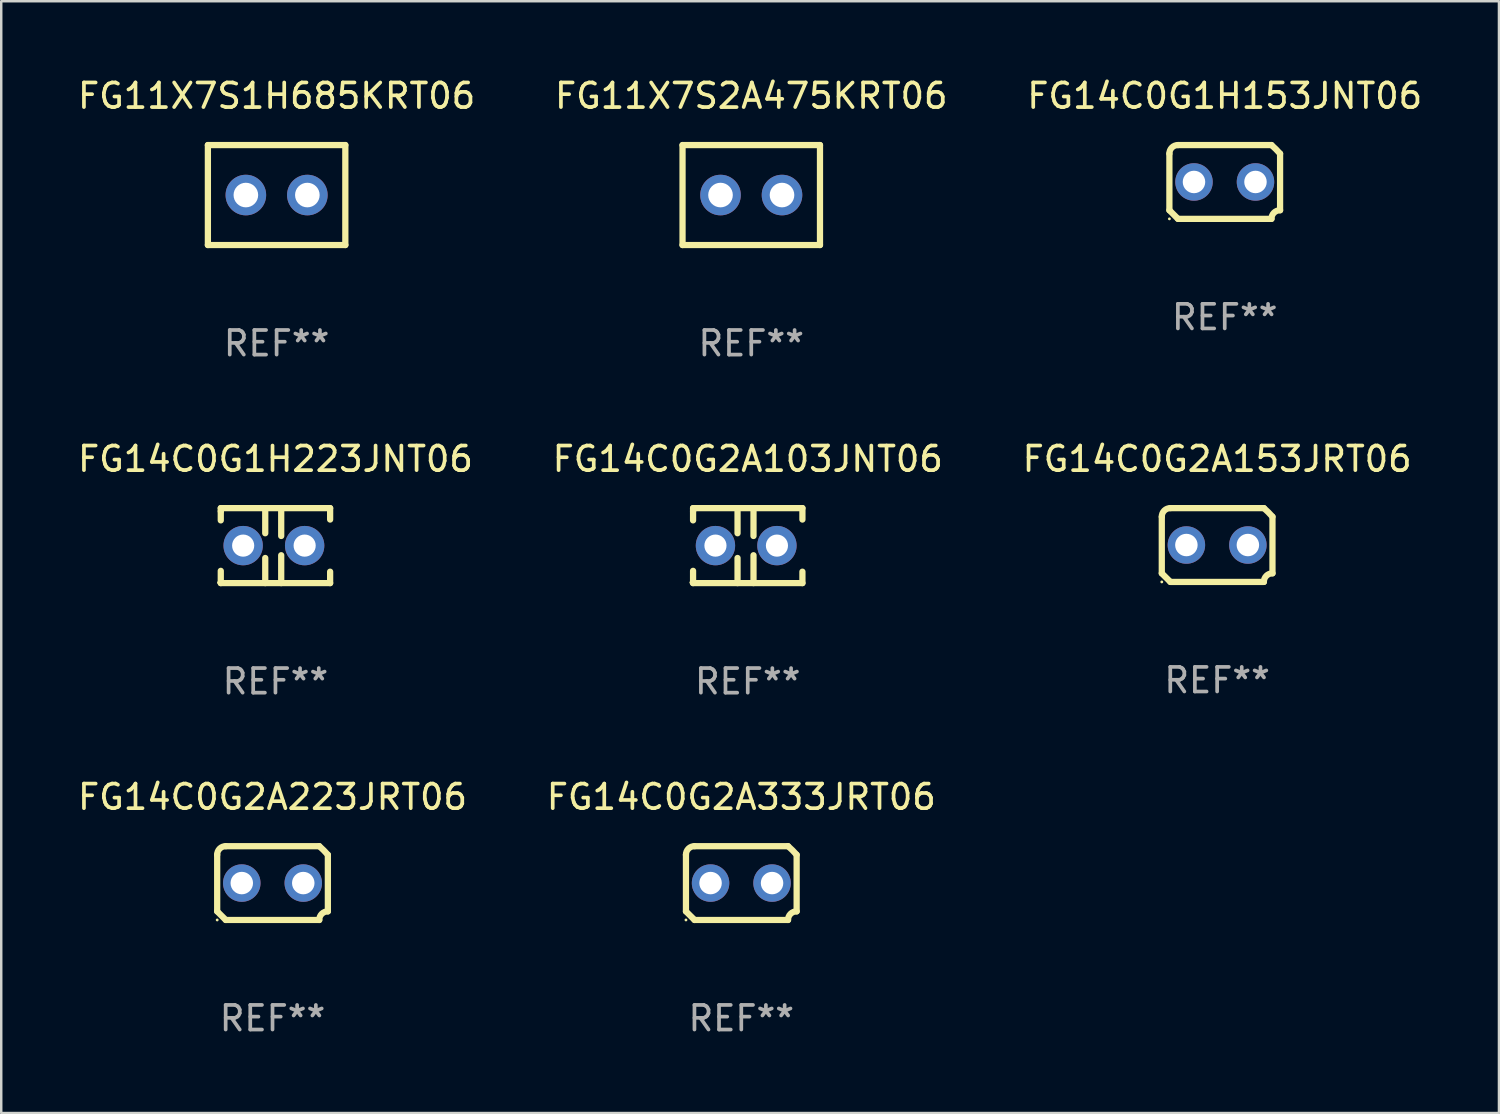
<source format=kicad_pcb>
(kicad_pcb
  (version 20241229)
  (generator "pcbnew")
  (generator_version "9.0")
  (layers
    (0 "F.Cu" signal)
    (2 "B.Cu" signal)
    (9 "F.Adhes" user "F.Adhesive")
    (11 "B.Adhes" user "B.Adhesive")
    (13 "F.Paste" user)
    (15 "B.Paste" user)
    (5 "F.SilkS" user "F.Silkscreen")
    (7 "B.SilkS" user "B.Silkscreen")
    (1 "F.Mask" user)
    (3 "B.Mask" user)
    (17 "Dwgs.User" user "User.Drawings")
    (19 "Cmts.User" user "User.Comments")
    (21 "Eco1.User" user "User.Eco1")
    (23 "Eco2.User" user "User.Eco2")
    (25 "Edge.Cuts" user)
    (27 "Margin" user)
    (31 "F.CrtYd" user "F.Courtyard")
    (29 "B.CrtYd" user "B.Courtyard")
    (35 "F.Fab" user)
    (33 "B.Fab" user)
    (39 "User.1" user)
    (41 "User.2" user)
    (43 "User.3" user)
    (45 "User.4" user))
  (footprint "FG14C0G1H223JNT06"
    (layer "F.Cu")
    (at 8.149 19.133)
    (property "Reference" "FG14C0G1H223JNT06" (at 0 -3.524 0) (layer "F.SilkS") (effects (font (size 1 1) (thickness 0.15))))
    (attr through_hole)
    (fp_line (start -2.223 -1.524) (end 2.223 -1.524) (stroke (width 0.254) (type solid)) (layer "F.SilkS"))
    (fp_line (start -2.223 -1.397) (end -2.223 -1.524) (stroke (width 0.254) (type solid)) (layer "F.SilkS"))
    (fp_line (start -2.223 -1.026) (end -2.223 -1.397) (stroke (width 0.254) (type solid)) (layer "F.SilkS"))
    (fp_line (start -2.223 1.524) (end -2.223 1.026) (stroke (width 0.254) (type solid)) (layer "F.SilkS"))
    (fp_line (start -0.415 -1.524) (end -0.415 -0.503) (stroke (width 0.254) (type solid)) (layer "F.SilkS"))
    (fp_line (start -0.415 0.503) (end -0.415 1.524) (stroke (width 0.254) (type solid)) (layer "F.SilkS"))
    (fp_line (start 0.234 -1.524) (end 0.234 -0.391) (stroke (width 0.254) (type solid)) (layer "F.SilkS"))
    (fp_line (start 0.234 0.391) (end 0.234 1.524) (stroke (width 0.254) (type solid)) (layer "F.SilkS"))
    (fp_line (start 2.223 -1.524) (end 2.223 -1.06) (stroke (width 0.254) (type solid)) (layer "F.SilkS"))
    (fp_line (start 2.223 1.06) (end 2.223 1.524) (stroke (width 0.254) (type solid)) (layer "F.SilkS"))
    (fp_line (start 2.223 1.524) (end -2.223 1.524) (stroke (width 0.254) (type solid)) (layer "F.SilkS"))
    (fp_circle (center -2.314 1.5) (end -2.284 1.5) (stroke (width 0.06) (type solid)) (fill no) (layer "F.SilkS"))
    (fp_text user "REF**" (at 0 5.524 0) (layer "F.Fab") (effects (font (size 1 1) (thickness 0.15))))
    (pad "1" thru_hole circle (at -1.313 0) (size 1.6 1.6) (drill 0.9) (layers "*.Cu" "*.Mask"))
    (pad "2" thru_hole circle (at 1.187 0) (size 1.6 1.6) (drill 0.9) (layers "*.Cu" "*.Mask")))
  (footprint "FG14C0G2A153JRT06"
    (layer "F.Cu")
    (at 46.435 19.109)
    (property "Reference" "FG14C0G2A153JRT06" (at 0 -3.5 0) (layer "F.SilkS") (effects (font (size 1 1) (thickness 0.15))))
    (attr through_hole)
    (fp_line (start -2.25 -1.15) (end -2.25 1.15) (stroke (width 0.254) (type solid)) (layer "F.SilkS"))
    (fp_line (start -1.9 -1.5) (end 1.9 -1.5) (stroke (width 0.254) (type solid)) (layer "F.SilkS"))
    (fp_line (start 1.9 1.5) (end -1.9 1.5) (stroke (width 0.254) (type solid)) (layer "F.SilkS"))
    (fp_line (start 2.25 1.15) (end 2.25 -1.15) (stroke (width 0.254) (type solid)) (layer "F.SilkS"))
    (fp_arc (start -2.250444 -1.150623) (mid -2.148751 -1.399065) (end -1.9 -1.5) (stroke (width 0.254001) (type solid)) (layer "F.SilkS"))
    (fp_arc (start -1.90061 1.500431) (mid -2.075366 1.325276) (end -2.249987 1.149987) (stroke (width 0.254001) (type solid)) (layer "F.SilkS"))
    (fp_arc (start 1.9 1.5) (mid 2.001853 1.251718) (end 2.250445 1.150622) (stroke (width 0.254001) (type solid)) (layer "F.SilkS"))
    (fp_arc (start 1.90066 -1.500432) (mid 2.081685 -1.331526) (end 2.250038 -1.149987) (stroke (width 0.254001) (type solid)) (layer "F.SilkS"))
    (fp_circle (center -2.25 1.5) (end -2.22 1.5) (stroke (width 0.06) (type solid)) (fill no) (layer "F.SilkS"))
    (fp_text user "REF**" (at 0 5.5 0) (layer "F.Fab") (effects (font (size 1 1) (thickness 0.15))))
    (pad "1" thru_hole circle (at -1.25 0) (size 1.524 1.524) (drill 0.914) (layers "*.Cu" "*.Mask"))
    (pad "2" thru_hole circle (at 1.25 0) (size 1.524 1.524) (drill 0.914) (layers "*.Cu" "*.Mask")))
  (footprint "FG14C0G2A333JRT06"
    (layer "F.Cu")
    (at 27.089 32.853)
    (property "Reference" "FG14C0G2A333JRT06" (at 0 -3.5 0) (layer "F.SilkS") (effects (font (size 1 1) (thickness 0.15))))
    (attr through_hole)
    (fp_line (start -2.25 -1.15) (end -2.25 1.15) (stroke (width 0.254) (type solid)) (layer "F.SilkS"))
    (fp_line (start -1.9 -1.5) (end 1.9 -1.5) (stroke (width 0.254) (type solid)) (layer "F.SilkS"))
    (fp_line (start 1.9 1.5) (end -1.9 1.5) (stroke (width 0.254) (type solid)) (layer "F.SilkS"))
    (fp_line (start 2.25 1.15) (end 2.25 -1.15) (stroke (width 0.254) (type solid)) (layer "F.SilkS"))
    (fp_arc (start -2.250444 -1.150623) (mid -2.148751 -1.399065) (end -1.9 -1.5) (stroke (width 0.254001) (type solid)) (layer "F.SilkS"))
    (fp_arc (start -1.90061 1.500431) (mid -2.075366 1.325276) (end -2.249987 1.149987) (stroke (width 0.254001) (type solid)) (layer "F.SilkS"))
    (fp_arc (start 1.9 1.5) (mid 2.001853 1.251718) (end 2.250445 1.150622) (stroke (width 0.254001) (type solid)) (layer "F.SilkS"))
    (fp_arc (start 1.90066 -1.500432) (mid 2.081685 -1.331526) (end 2.250038 -1.149987) (stroke (width 0.254001) (type solid)) (layer "F.SilkS"))
    (fp_circle (center -2.25 1.5) (end -2.22 1.5) (stroke (width 0.06) (type solid)) (fill no) (layer "F.SilkS"))
    (fp_text user "REF**" (at 0 5.5 0) (layer "F.Fab") (effects (font (size 1 1) (thickness 0.15))))
    (pad "1" thru_hole circle (at -1.25 0) (size 1.524 1.524) (drill 0.914) (layers "*.Cu" "*.Mask"))
    (pad "2" thru_hole circle (at 1.25 0) (size 1.524 1.524) (drill 0.914) (layers "*.Cu" "*.Mask")))
  (footprint "FG14C0G2A103JNT06"
    (layer "F.Cu")
    (at 27.351 19.133)
    (property "Reference" "FG14C0G2A103JNT06" (at 0 -3.524 0) (layer "F.SilkS") (effects (font (size 1 1) (thickness 0.15))))
    (attr through_hole)
    (fp_line (start -2.223 -1.524) (end 2.223 -1.524) (stroke (width 0.254) (type solid)) (layer "F.SilkS"))
    (fp_line (start -2.223 -1.397) (end -2.223 -1.524) (stroke (width 0.254) (type solid)) (layer "F.SilkS"))
    (fp_line (start -2.223 -1.026) (end -2.223 -1.397) (stroke (width 0.254) (type solid)) (layer "F.SilkS"))
    (fp_line (start -2.223 1.524) (end -2.223 1.026) (stroke (width 0.254) (type solid)) (layer "F.SilkS"))
    (fp_line (start -0.415 -1.524) (end -0.415 -0.503) (stroke (width 0.254) (type solid)) (layer "F.SilkS"))
    (fp_line (start -0.415 0.503) (end -0.415 1.524) (stroke (width 0.254) (type solid)) (layer "F.SilkS"))
    (fp_line (start 0.234 -1.524) (end 0.234 -0.391) (stroke (width 0.254) (type solid)) (layer "F.SilkS"))
    (fp_line (start 0.234 0.391) (end 0.234 1.524) (stroke (width 0.254) (type solid)) (layer "F.SilkS"))
    (fp_line (start 2.223 -1.524) (end 2.223 -1.06) (stroke (width 0.254) (type solid)) (layer "F.SilkS"))
    (fp_line (start 2.223 1.06) (end 2.223 1.524) (stroke (width 0.254) (type solid)) (layer "F.SilkS"))
    (fp_line (start 2.223 1.524) (end -2.223 1.524) (stroke (width 0.254) (type solid)) (layer "F.SilkS"))
    (fp_circle (center -2.314 1.5) (end -2.284 1.5) (stroke (width 0.06) (type solid)) (fill no) (layer "F.SilkS"))
    (fp_text user "REF**" (at 0 5.524 0) (layer "F.Fab") (effects (font (size 1 1) (thickness 0.15))))
    (pad "1" thru_hole circle (at -1.313 0) (size 1.6 1.6) (drill 0.9) (layers "*.Cu" "*.Mask"))
    (pad "2" thru_hole circle (at 1.187 0) (size 1.6 1.6) (drill 0.9) (layers "*.Cu" "*.Mask")))
  (footprint "FG11X7S1H685KRT06"
    (layer "F.Cu")
    (at 8.196 4.88)
    (property "Reference" "FG11X7S1H685KRT06" (at 0 -4.032 0) (layer "F.SilkS") (effects (font (size 1 1) (thickness 0.15))))
    (attr through_hole)
    (fp_line (start -2.794 -2.032) (end -2.794 2.032) (stroke (width 0.254) (type solid)) (layer "F.SilkS"))
    (fp_line (start -2.794 2.032) (end 2.794 2.032) (stroke (width 0.254) (type solid)) (layer "F.SilkS"))
    (fp_line (start 2.794 -2.032) (end -2.794 -2.032) (stroke (width 0.254) (type solid)) (layer "F.SilkS"))
    (fp_line (start 2.794 2.032) (end 2.794 -2.032) (stroke (width 0.254) (type solid)) (layer "F.SilkS"))
    (fp_circle (center -2.75 2) (end -2.72 2) (stroke (width 0.06) (type solid)) (fill no) (layer "F.SilkS"))
    (fp_text user "REF**" (at 0 6.032 0) (layer "F.Fab") (effects (font (size 1 1) (thickness 0.15))))
    (pad "1" thru_hole circle (at -1.25 0) (size 1.65 1.65) (drill 1) (layers "*.Cu" "*.Mask"))
    (pad "2" thru_hole circle (at 1.25 0) (size 1.65 1.65) (drill 1) (layers "*.Cu" "*.Mask")))
  (footprint "FG14C0G2A223JRT06"
    (layer "F.Cu")
    (at 8.03 32.853)
    (property "Reference" "FG14C0G2A223JRT06" (at 0 -3.5 0) (layer "F.SilkS") (effects (font (size 1 1) (thickness 0.15))))
    (attr through_hole)
    (fp_line (start -2.25 -1.15) (end -2.25 1.15) (stroke (width 0.254) (type solid)) (layer "F.SilkS"))
    (fp_line (start -1.9 -1.5) (end 1.9 -1.5) (stroke (width 0.254) (type solid)) (layer "F.SilkS"))
    (fp_line (start 1.9 1.5) (end -1.9 1.5) (stroke (width 0.254) (type solid)) (layer "F.SilkS"))
    (fp_line (start 2.25 1.15) (end 2.25 -1.15) (stroke (width 0.254) (type solid)) (layer "F.SilkS"))
    (fp_arc (start -2.250444 -1.150623) (mid -2.148751 -1.399065) (end -1.9 -1.5) (stroke (width 0.254001) (type solid)) (layer "F.SilkS"))
    (fp_arc (start -1.90061 1.500431) (mid -2.075366 1.325276) (end -2.249987 1.149987) (stroke (width 0.254001) (type solid)) (layer "F.SilkS"))
    (fp_arc (start 1.9 1.5) (mid 2.001853 1.251718) (end 2.250445 1.150622) (stroke (width 0.254001) (type solid)) (layer "F.SilkS"))
    (fp_arc (start 1.90066 -1.500432) (mid 2.081685 -1.331526) (end 2.250038 -1.149987) (stroke (width 0.254001) (type solid)) (layer "F.SilkS"))
    (fp_circle (center -2.25 1.5) (end -2.22 1.5) (stroke (width 0.06) (type solid)) (fill no) (layer "F.SilkS"))
    (fp_text user "REF**" (at 0 5.5 0) (layer "F.Fab") (effects (font (size 1 1) (thickness 0.15))))
    (pad "1" thru_hole circle (at -1.25 0) (size 1.524 1.524) (drill 0.914) (layers "*.Cu" "*.Mask"))
    (pad "2" thru_hole circle (at 1.25 0) (size 1.524 1.524) (drill 0.914) (layers "*.Cu" "*.Mask")))
  (footprint "FG14C0G1H153JNT06"
    (layer "F.Cu")
    (at 46.744 4.348)
    (property "Reference" "FG14C0G1H153JNT06" (at 0 -3.5 0) (layer "F.SilkS") (effects (font (size 1 1) (thickness 0.15))))
    (attr through_hole)
    (fp_line (start -2.25 -1.15) (end -2.25 1.15) (stroke (width 0.254) (type solid)) (layer "F.SilkS"))
    (fp_line (start -1.9 -1.5) (end 1.9 -1.5) (stroke (width 0.254) (type solid)) (layer "F.SilkS"))
    (fp_line (start 1.9 1.5) (end -1.9 1.5) (stroke (width 0.254) (type solid)) (layer "F.SilkS"))
    (fp_line (start 2.25 1.15) (end 2.25 -1.15) (stroke (width 0.254) (type solid)) (layer "F.SilkS"))
    (fp_arc (start -2.250444 -1.150623) (mid -2.148751 -1.399065) (end -1.9 -1.5) (stroke (width 0.254001) (type solid)) (layer "F.SilkS"))
    (fp_arc (start -1.90061 1.500431) (mid -2.075366 1.325276) (end -2.249987 1.149987) (stroke (width 0.254001) (type solid)) (layer "F.SilkS"))
    (fp_arc (start 1.9 1.5) (mid 2.001853 1.251718) (end 2.250445 1.150622) (stroke (width 0.254001) (type solid)) (layer "F.SilkS"))
    (fp_arc (start 1.90066 -1.500432) (mid 2.081685 -1.331526) (end 2.250038 -1.149987) (stroke (width 0.254001) (type solid)) (layer "F.SilkS"))
    (fp_circle (center -2.25 1.5) (end -2.22 1.5) (stroke (width 0.06) (type solid)) (fill no) (layer "F.SilkS"))
    (fp_text user "REF**" (at 0 5.5 0) (layer "F.Fab") (effects (font (size 1 1) (thickness 0.15))))
    (pad "1" thru_hole circle (at -1.25 0) (size 1.524 1.524) (drill 0.914) (layers "*.Cu" "*.Mask"))
    (pad "2" thru_hole circle (at 1.25 0) (size 1.524 1.524) (drill 0.914) (layers "*.Cu" "*.Mask")))
  (footprint "FG11X7S2A475KRT06"
    (layer "F.Cu")
    (at 27.494 4.88)
    (property "Reference" "FG11X7S2A475KRT06" (at 0 -4.032 0) (layer "F.SilkS") (effects (font (size 1 1) (thickness 0.15))))
    (attr through_hole)
    (fp_line (start -2.794 -2.032) (end -2.794 2.032) (stroke (width 0.254) (type solid)) (layer "F.SilkS"))
    (fp_line (start -2.794 2.032) (end 2.794 2.032) (stroke (width 0.254) (type solid)) (layer "F.SilkS"))
    (fp_line (start 2.794 -2.032) (end -2.794 -2.032) (stroke (width 0.254) (type solid)) (layer "F.SilkS"))
    (fp_line (start 2.794 2.032) (end 2.794 -2.032) (stroke (width 0.254) (type solid)) (layer "F.SilkS"))
    (fp_circle (center -2.75 2) (end -2.72 2) (stroke (width 0.06) (type solid)) (fill no) (layer "F.SilkS"))
    (fp_text user "REF**" (at 0 6.032 0) (layer "F.Fab") (effects (font (size 1 1) (thickness 0.15))))
    (pad "1" thru_hole circle (at -1.25 0) (size 1.65 1.65) (drill 1) (layers "*.Cu" "*.Mask"))
    (pad "2" thru_hole circle (at 1.25 0) (size 1.65 1.65) (drill 1) (layers "*.Cu" "*.Mask")))
  (gr_rect
    (start -3 -3)
    (end 57.893 42.202)
    (stroke (width 0.1) (type default))
    (fill no)
    (layer "Edge.Cuts")))
</source>
